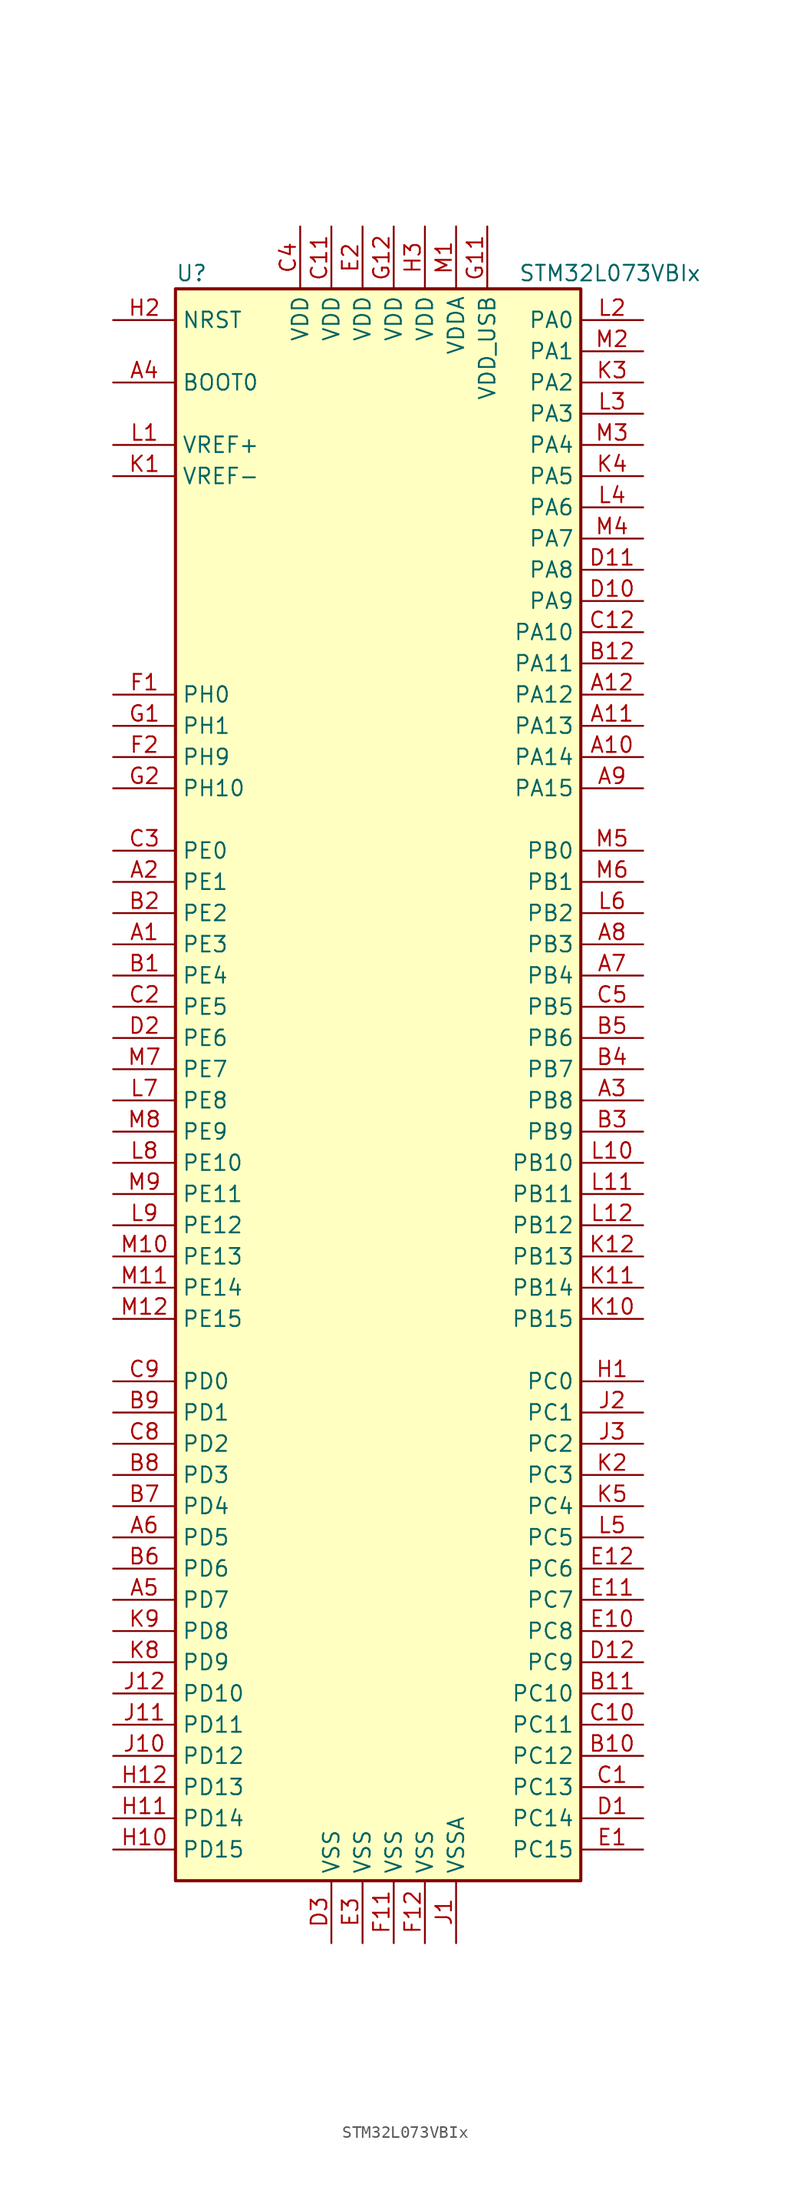
<source format=kicad_sym>
(kicad_symbol_lib
  (version 20201005)
  (generator kicad_symbol_editor)
  (symbol "STM32L073VBIx"
    (property "Reference" "U"
      (at -17.78 64.77 0)
      (effects (font (size 1.27 1.27)) (justify left)))
    (property "Value" "STM32L073VBIx"
      (at 10.16 64.77 0)
      (effects (font (size 1.27 1.27)) (justify left)))
    (symbol "STM32L073VBIx_0_1"
      (rectangle (start -17.78 -66.04) (end 15.24 63.5) (stroke (width 0.254)) (fill (type background))))
    (symbol "STM32L073VBIx_1_1"
      (pin input line (at -22.86 55.88 0) (length 5.08) (name "BOOT0" (effects (font (size 1.27 1.27)))) (number "A4" (effects (font (size 1.27 1.27)))))
      (pin input line (at -22.86 60.96 0) (length 5.08) (name "NRST" (effects (font (size 1.27 1.27)))) (number "H2" (effects (font (size 1.27 1.27)))))
      (pin bidirectional line (at 20.32 60.96 180) (length 5.08) (name "PA0" (effects (font (size 1.27 1.27)))) (number "L2" (effects (font (size 1.27 1.27)))))
      (pin bidirectional line (at 20.32 58.42 180) (length 5.08) (name "PA1" (effects (font (size 1.27 1.27)))) (number "M2" (effects (font (size 1.27 1.27)))))
      (pin bidirectional line (at 20.32 35.56 180) (length 5.08) (name "PA10" (effects (font (size 1.27 1.27)))) (number "C12" (effects (font (size 1.27 1.27)))))
      (pin bidirectional line (at 20.32 33.02 180) (length 5.08) (name "PA11" (effects (font (size 1.27 1.27)))) (number "B12" (effects (font (size 1.27 1.27)))))
      (pin bidirectional line (at 20.32 30.48 180) (length 5.08) (name "PA12" (effects (font (size 1.27 1.27)))) (number "A12" (effects (font (size 1.27 1.27)))))
      (pin bidirectional line (at 20.32 27.94 180) (length 5.08) (name "PA13" (effects (font (size 1.27 1.27)))) (number "A11" (effects (font (size 1.27 1.27)))))
      (pin bidirectional line (at 20.32 25.4 180) (length 5.08) (name "PA14" (effects (font (size 1.27 1.27)))) (number "A10" (effects (font (size 1.27 1.27)))))
      (pin bidirectional line (at 20.32 22.86 180) (length 5.08) (name "PA15" (effects (font (size 1.27 1.27)))) (number "A9" (effects (font (size 1.27 1.27)))))
      (pin bidirectional line (at 20.32 55.88 180) (length 5.08) (name "PA2" (effects (font (size 1.27 1.27)))) (number "K3" (effects (font (size 1.27 1.27)))))
      (pin bidirectional line (at 20.32 53.34 180) (length 5.08) (name "PA3" (effects (font (size 1.27 1.27)))) (number "L3" (effects (font (size 1.27 1.27)))))
      (pin bidirectional line (at 20.32 50.8 180) (length 5.08) (name "PA4" (effects (font (size 1.27 1.27)))) (number "M3" (effects (font (size 1.27 1.27)))))
      (pin bidirectional line (at 20.32 48.26 180) (length 5.08) (name "PA5" (effects (font (size 1.27 1.27)))) (number "K4" (effects (font (size 1.27 1.27)))))
      (pin bidirectional line (at 20.32 45.72 180) (length 5.08) (name "PA6" (effects (font (size 1.27 1.27)))) (number "L4" (effects (font (size 1.27 1.27)))))
      (pin bidirectional line (at 20.32 43.18 180) (length 5.08) (name "PA7" (effects (font (size 1.27 1.27)))) (number "M4" (effects (font (size 1.27 1.27)))))
      (pin bidirectional line (at 20.32 40.64 180) (length 5.08) (name "PA8" (effects (font (size 1.27 1.27)))) (number "D11" (effects (font (size 1.27 1.27)))))
      (pin bidirectional line (at 20.32 38.1 180) (length 5.08) (name "PA9" (effects (font (size 1.27 1.27)))) (number "D10" (effects (font (size 1.27 1.27)))))
      (pin bidirectional line (at 20.32 17.78 180) (length 5.08) (name "PB0" (effects (font (size 1.27 1.27)))) (number "M5" (effects (font (size 1.27 1.27)))))
      (pin bidirectional line (at 20.32 15.24 180) (length 5.08) (name "PB1" (effects (font (size 1.27 1.27)))) (number "M6" (effects (font (size 1.27 1.27)))))
      (pin bidirectional line (at 20.32 -7.62 180) (length 5.08) (name "PB10" (effects (font (size 1.27 1.27)))) (number "L10" (effects (font (size 1.27 1.27)))))
      (pin bidirectional line (at 20.32 -10.16 180) (length 5.08) (name "PB11" (effects (font (size 1.27 1.27)))) (number "L11" (effects (font (size 1.27 1.27)))))
      (pin bidirectional line (at 20.32 -12.7 180) (length 5.08) (name "PB12" (effects (font (size 1.27 1.27)))) (number "L12" (effects (font (size 1.27 1.27)))))
      (pin bidirectional line (at 20.32 -15.24 180) (length 5.08) (name "PB13" (effects (font (size 1.27 1.27)))) (number "K12" (effects (font (size 1.27 1.27)))))
      (pin bidirectional line (at 20.32 -17.78 180) (length 5.08) (name "PB14" (effects (font (size 1.27 1.27)))) (number "K11" (effects (font (size 1.27 1.27)))))
      (pin bidirectional line (at 20.32 -20.32 180) (length 5.08) (name "PB15" (effects (font (size 1.27 1.27)))) (number "K10" (effects (font (size 1.27 1.27)))))
      (pin bidirectional line (at 20.32 12.7 180) (length 5.08) (name "PB2" (effects (font (size 1.27 1.27)))) (number "L6" (effects (font (size 1.27 1.27)))))
      (pin bidirectional line (at 20.32 10.16 180) (length 5.08) (name "PB3" (effects (font (size 1.27 1.27)))) (number "A8" (effects (font (size 1.27 1.27)))))
      (pin bidirectional line (at 20.32 7.62 180) (length 5.08) (name "PB4" (effects (font (size 1.27 1.27)))) (number "A7" (effects (font (size 1.27 1.27)))))
      (pin bidirectional line (at 20.32 5.08 180) (length 5.08) (name "PB5" (effects (font (size 1.27 1.27)))) (number "C5" (effects (font (size 1.27 1.27)))))
      (pin bidirectional line (at 20.32 2.54 180) (length 5.08) (name "PB6" (effects (font (size 1.27 1.27)))) (number "B5" (effects (font (size 1.27 1.27)))))
      (pin bidirectional line (at 20.32 0 180) (length 5.08) (name "PB7" (effects (font (size 1.27 1.27)))) (number "B4" (effects (font (size 1.27 1.27)))))
      (pin bidirectional line (at 20.32 -2.54 180) (length 5.08) (name "PB8" (effects (font (size 1.27 1.27)))) (number "A3" (effects (font (size 1.27 1.27)))))
      (pin bidirectional line (at 20.32 -5.08 180) (length 5.08) (name "PB9" (effects (font (size 1.27 1.27)))) (number "B3" (effects (font (size 1.27 1.27)))))
      (pin bidirectional line (at 20.32 -25.4 180) (length 5.08) (name "PC0" (effects (font (size 1.27 1.27)))) (number "H1" (effects (font (size 1.27 1.27)))))
      (pin bidirectional line (at 20.32 -27.94 180) (length 5.08) (name "PC1" (effects (font (size 1.27 1.27)))) (number "J2" (effects (font (size 1.27 1.27)))))
      (pin bidirectional line (at 20.32 -50.8 180) (length 5.08) (name "PC10" (effects (font (size 1.27 1.27)))) (number "B11" (effects (font (size 1.27 1.27)))))
      (pin bidirectional line (at 20.32 -53.34 180) (length 5.08) (name "PC11" (effects (font (size 1.27 1.27)))) (number "C10" (effects (font (size 1.27 1.27)))))
      (pin bidirectional line (at 20.32 -55.88 180) (length 5.08) (name "PC12" (effects (font (size 1.27 1.27)))) (number "B10" (effects (font (size 1.27 1.27)))))
      (pin bidirectional line (at 20.32 -58.42 180) (length 5.08) (name "PC13" (effects (font (size 1.27 1.27)))) (number "C1" (effects (font (size 1.27 1.27)))))
      (pin bidirectional line (at 20.32 -60.96 180) (length 5.08) (name "PC14" (effects (font (size 1.27 1.27)))) (number "D1" (effects (font (size 1.27 1.27)))))
      (pin bidirectional line (at 20.32 -63.5 180) (length 5.08) (name "PC15" (effects (font (size 1.27 1.27)))) (number "E1" (effects (font (size 1.27 1.27)))))
      (pin bidirectional line (at 20.32 -30.48 180) (length 5.08) (name "PC2" (effects (font (size 1.27 1.27)))) (number "J3" (effects (font (size 1.27 1.27)))))
      (pin bidirectional line (at 20.32 -33.02 180) (length 5.08) (name "PC3" (effects (font (size 1.27 1.27)))) (number "K2" (effects (font (size 1.27 1.27)))))
      (pin bidirectional line (at 20.32 -35.56 180) (length 5.08) (name "PC4" (effects (font (size 1.27 1.27)))) (number "K5" (effects (font (size 1.27 1.27)))))
      (pin bidirectional line (at 20.32 -38.1 180) (length 5.08) (name "PC5" (effects (font (size 1.27 1.27)))) (number "L5" (effects (font (size 1.27 1.27)))))
      (pin bidirectional line (at 20.32 -40.64 180) (length 5.08) (name "PC6" (effects (font (size 1.27 1.27)))) (number "E12" (effects (font (size 1.27 1.27)))))
      (pin bidirectional line (at 20.32 -43.18 180) (length 5.08) (name "PC7" (effects (font (size 1.27 1.27)))) (number "E11" (effects (font (size 1.27 1.27)))))
      (pin bidirectional line (at 20.32 -45.72 180) (length 5.08) (name "PC8" (effects (font (size 1.27 1.27)))) (number "E10" (effects (font (size 1.27 1.27)))))
      (pin bidirectional line (at 20.32 -48.26 180) (length 5.08) (name "PC9" (effects (font (size 1.27 1.27)))) (number "D12" (effects (font (size 1.27 1.27)))))
      (pin bidirectional line (at -22.86 -25.4 0) (length 5.08) (name "PD0" (effects (font (size 1.27 1.27)))) (number "C9" (effects (font (size 1.27 1.27)))))
      (pin bidirectional line (at -22.86 -27.94 0) (length 5.08) (name "PD1" (effects (font (size 1.27 1.27)))) (number "B9" (effects (font (size 1.27 1.27)))))
      (pin bidirectional line (at -22.86 -50.8 0) (length 5.08) (name "PD10" (effects (font (size 1.27 1.27)))) (number "J12" (effects (font (size 1.27 1.27)))))
      (pin bidirectional line (at -22.86 -53.34 0) (length 5.08) (name "PD11" (effects (font (size 1.27 1.27)))) (number "J11" (effects (font (size 1.27 1.27)))))
      (pin bidirectional line (at -22.86 -55.88 0) (length 5.08) (name "PD12" (effects (font (size 1.27 1.27)))) (number "J10" (effects (font (size 1.27 1.27)))))
      (pin bidirectional line (at -22.86 -58.42 0) (length 5.08) (name "PD13" (effects (font (size 1.27 1.27)))) (number "H12" (effects (font (size 1.27 1.27)))))
      (pin bidirectional line (at -22.86 -60.96 0) (length 5.08) (name "PD14" (effects (font (size 1.27 1.27)))) (number "H11" (effects (font (size 1.27 1.27)))))
      (pin bidirectional line (at -22.86 -63.5 0) (length 5.08) (name "PD15" (effects (font (size 1.27 1.27)))) (number "H10" (effects (font (size 1.27 1.27)))))
      (pin bidirectional line (at -22.86 -30.48 0) (length 5.08) (name "PD2" (effects (font (size 1.27 1.27)))) (number "C8" (effects (font (size 1.27 1.27)))))
      (pin bidirectional line (at -22.86 -33.02 0) (length 5.08) (name "PD3" (effects (font (size 1.27 1.27)))) (number "B8" (effects (font (size 1.27 1.27)))))
      (pin bidirectional line (at -22.86 -35.56 0) (length 5.08) (name "PD4" (effects (font (size 1.27 1.27)))) (number "B7" (effects (font (size 1.27 1.27)))))
      (pin bidirectional line (at -22.86 -38.1 0) (length 5.08) (name "PD5" (effects (font (size 1.27 1.27)))) (number "A6" (effects (font (size 1.27 1.27)))))
      (pin bidirectional line (at -22.86 -40.64 0) (length 5.08) (name "PD6" (effects (font (size 1.27 1.27)))) (number "B6" (effects (font (size 1.27 1.27)))))
      (pin bidirectional line (at -22.86 -43.18 0) (length 5.08) (name "PD7" (effects (font (size 1.27 1.27)))) (number "A5" (effects (font (size 1.27 1.27)))))
      (pin bidirectional line (at -22.86 -45.72 0) (length 5.08) (name "PD8" (effects (font (size 1.27 1.27)))) (number "K9" (effects (font (size 1.27 1.27)))))
      (pin bidirectional line (at -22.86 -48.26 0) (length 5.08) (name "PD9" (effects (font (size 1.27 1.27)))) (number "K8" (effects (font (size 1.27 1.27)))))
      (pin bidirectional line (at -22.86 17.78 0) (length 5.08) (name "PE0" (effects (font (size 1.27 1.27)))) (number "C3" (effects (font (size 1.27 1.27)))))
      (pin bidirectional line (at -22.86 15.24 0) (length 5.08) (name "PE1" (effects (font (size 1.27 1.27)))) (number "A2" (effects (font (size 1.27 1.27)))))
      (pin bidirectional line (at -22.86 -7.62 0) (length 5.08) (name "PE10" (effects (font (size 1.27 1.27)))) (number "L8" (effects (font (size 1.27 1.27)))))
      (pin bidirectional line (at -22.86 -10.16 0) (length 5.08) (name "PE11" (effects (font (size 1.27 1.27)))) (number "M9" (effects (font (size 1.27 1.27)))))
      (pin bidirectional line (at -22.86 -12.7 0) (length 5.08) (name "PE12" (effects (font (size 1.27 1.27)))) (number "L9" (effects (font (size 1.27 1.27)))))
      (pin bidirectional line (at -22.86 -15.24 0) (length 5.08) (name "PE13" (effects (font (size 1.27 1.27)))) (number "M10" (effects (font (size 1.27 1.27)))))
      (pin bidirectional line (at -22.86 -17.78 0) (length 5.08) (name "PE14" (effects (font (size 1.27 1.27)))) (number "M11" (effects (font (size 1.27 1.27)))))
      (pin bidirectional line (at -22.86 -20.32 0) (length 5.08) (name "PE15" (effects (font (size 1.27 1.27)))) (number "M12" (effects (font (size 1.27 1.27)))))
      (pin bidirectional line (at -22.86 12.7 0) (length 5.08) (name "PE2" (effects (font (size 1.27 1.27)))) (number "B2" (effects (font (size 1.27 1.27)))))
      (pin bidirectional line (at -22.86 10.16 0) (length 5.08) (name "PE3" (effects (font (size 1.27 1.27)))) (number "A1" (effects (font (size 1.27 1.27)))))
      (pin bidirectional line (at -22.86 7.62 0) (length 5.08) (name "PE4" (effects (font (size 1.27 1.27)))) (number "B1" (effects (font (size 1.27 1.27)))))
      (pin bidirectional line (at -22.86 5.08 0) (length 5.08) (name "PE5" (effects (font (size 1.27 1.27)))) (number "C2" (effects (font (size 1.27 1.27)))))
      (pin bidirectional line (at -22.86 2.54 0) (length 5.08) (name "PE6" (effects (font (size 1.27 1.27)))) (number "D2" (effects (font (size 1.27 1.27)))))
      (pin bidirectional line (at -22.86 0 0) (length 5.08) (name "PE7" (effects (font (size 1.27 1.27)))) (number "M7" (effects (font (size 1.27 1.27)))))
      (pin bidirectional line (at -22.86 -2.54 0) (length 5.08) (name "PE8" (effects (font (size 1.27 1.27)))) (number "L7" (effects (font (size 1.27 1.27)))))
      (pin bidirectional line (at -22.86 -5.08 0) (length 5.08) (name "PE9" (effects (font (size 1.27 1.27)))) (number "M8" (effects (font (size 1.27 1.27)))))
      (pin input line (at -22.86 30.48 0) (length 5.08) (name "PH0" (effects (font (size 1.27 1.27)))) (number "F1" (effects (font (size 1.27 1.27)))))
      (pin input line (at -22.86 27.94 0) (length 5.08) (name "PH1" (effects (font (size 1.27 1.27)))) (number "G1" (effects (font (size 1.27 1.27)))))
      (pin bidirectional line (at -22.86 22.86 0) (length 5.08) (name "PH10" (effects (font (size 1.27 1.27)))) (number "G2" (effects (font (size 1.27 1.27)))))
      (pin bidirectional line (at -22.86 25.4 0) (length 5.08) (name "PH9" (effects (font (size 1.27 1.27)))) (number "F2" (effects (font (size 1.27 1.27)))))
      (pin power_in line (at -5.08 68.58 270) (length 5.08) (name "VDD" (effects (font (size 1.27 1.27)))) (number "C11" (effects (font (size 1.27 1.27)))))
      (pin power_in line (at -7.62 68.58 270) (length 5.08) (name "VDD" (effects (font (size 1.27 1.27)))) (number "C4" (effects (font (size 1.27 1.27)))))
      (pin power_in line (at -2.54 68.58 270) (length 5.08) (name "VDD" (effects (font (size 1.27 1.27)))) (number "E2" (effects (font (size 1.27 1.27)))))
      (pin power_in line (at 0 68.58 270) (length 5.08) (name "VDD" (effects (font (size 1.27 1.27)))) (number "G12" (effects (font (size 1.27 1.27)))))
      (pin power_in line (at 2.54 68.58 270) (length 5.08) (name "VDD" (effects (font (size 1.27 1.27)))) (number "H3" (effects (font (size 1.27 1.27)))))
      (pin power_in line (at 5.08 68.58 270) (length 5.08) (name "VDDA" (effects (font (size 1.27 1.27)))) (number "M1" (effects (font (size 1.27 1.27)))))
      (pin power_in line (at 7.62 68.58 270) (length 5.08) (name "VDD_USB" (effects (font (size 1.27 1.27)))) (number "G11" (effects (font (size 1.27 1.27)))))
      (pin power_in line (at -22.86 50.8 0) (length 5.08) (name "VREF+" (effects (font (size 1.27 1.27)))) (number "L1" (effects (font (size 1.27 1.27)))))
      (pin power_in line (at -22.86 48.26 0) (length 5.08) (name "VREF-" (effects (font (size 1.27 1.27)))) (number "K1" (effects (font (size 1.27 1.27)))))
      (pin power_in line (at -5.08 -71.12 90) (length 5.08) (name "VSS" (effects (font (size 1.27 1.27)))) (number "D3" (effects (font (size 1.27 1.27)))))
      (pin power_in line (at -2.54 -71.12 90) (length 5.08) (name "VSS" (effects (font (size 1.27 1.27)))) (number "E3" (effects (font (size 1.27 1.27)))))
      (pin power_in line (at 0 -71.12 90) (length 5.08) (name "VSS" (effects (font (size 1.27 1.27)))) (number "F11" (effects (font (size 1.27 1.27)))))
      (pin power_in line (at 2.54 -71.12 90) (length 5.08) (name "VSS" (effects (font (size 1.27 1.27)))) (number "F12" (effects (font (size 1.27 1.27)))))
      (pin power_in line (at 5.08 -71.12 90) (length 5.08) (name "VSSA" (effects (font (size 1.27 1.27)))) (number "J1" (effects (font (size 1.27 1.27))))))))
</source>
